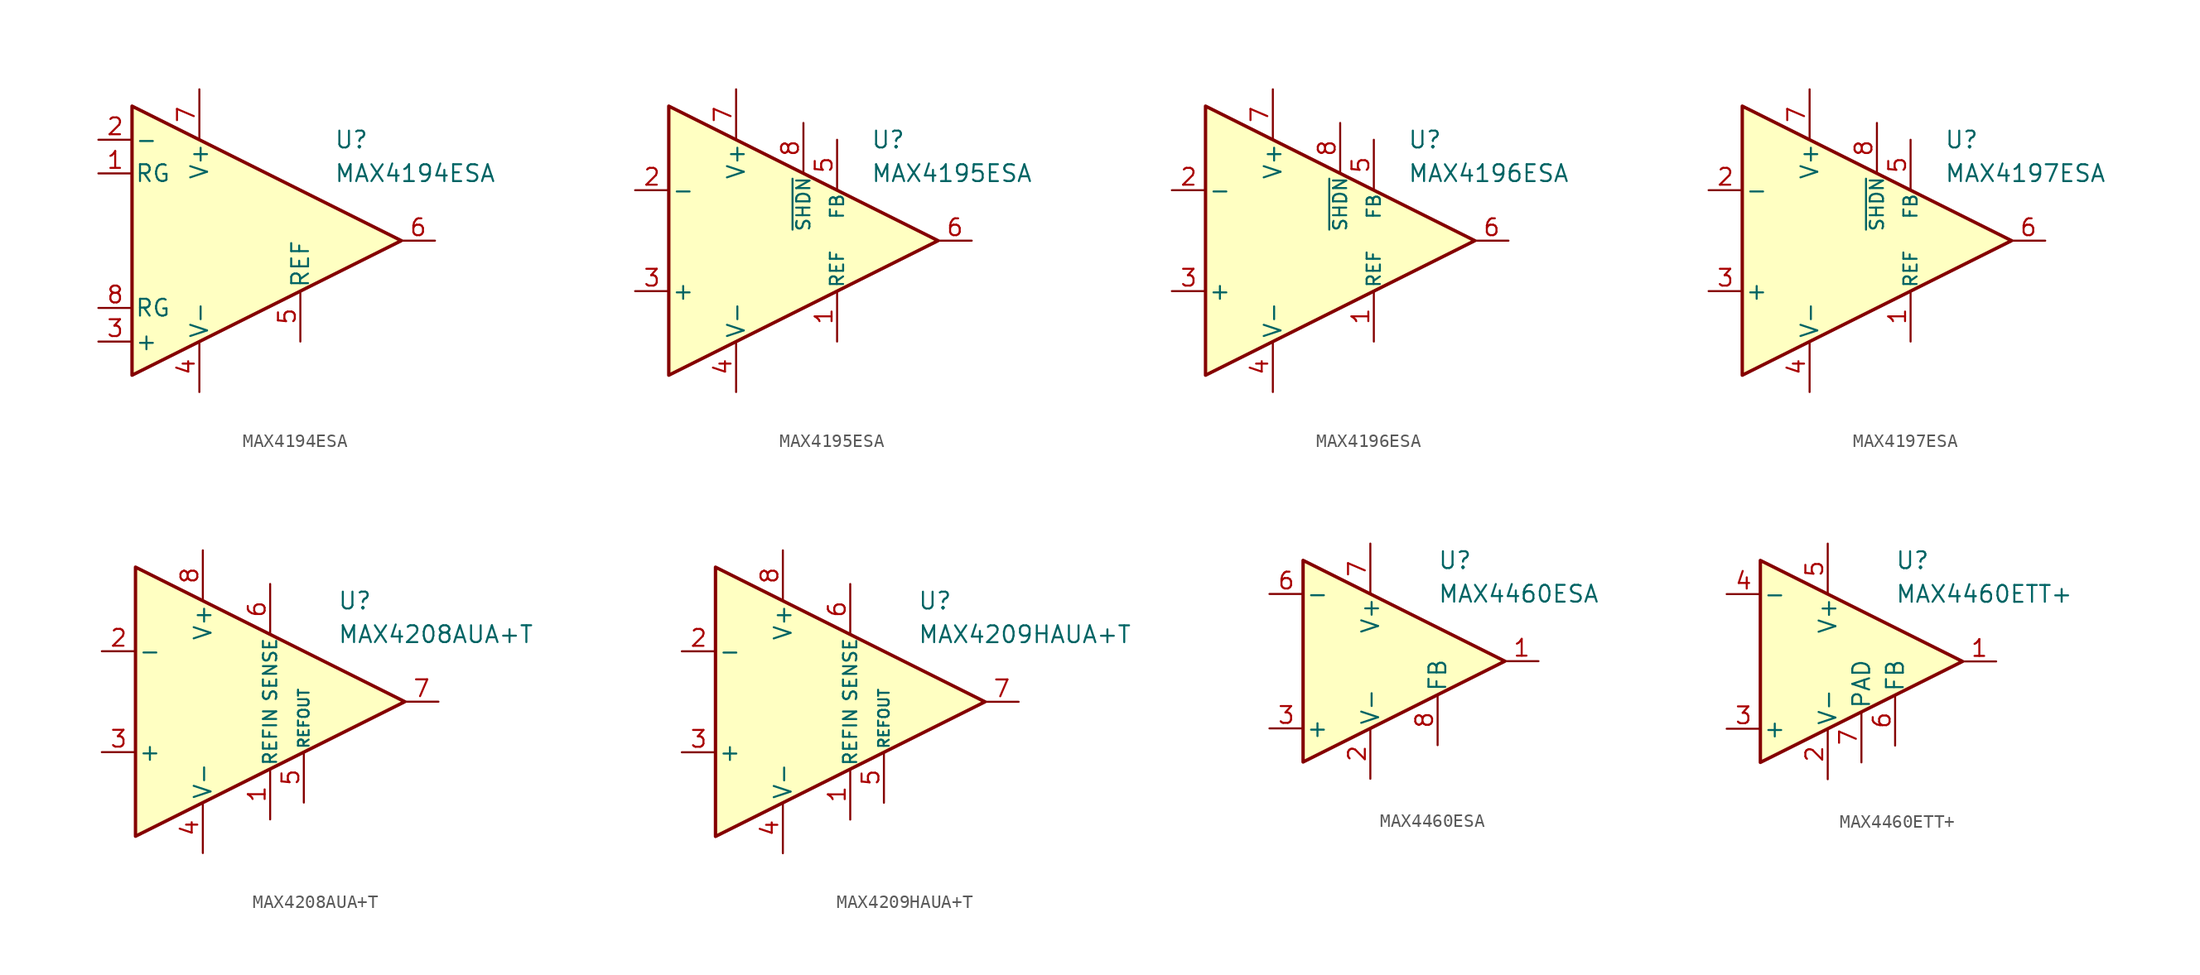
<source format=kicad_sym>
(kicad_symbol_lib
  (version 20231120)
  (generator "kicad_symbol_editor")
  (generator_version "8.0")
  (symbol "MAX4194ESA"
    (pin_names
      (offset 0.2))
    (property "Reference" "U"
      (at 6.35 7.62 0)
      (effects (font (size 1.27 1.27)) (justify left)))
    (property "Value" "MAX4194ESA"
      (at 6.35 5.08 0)
      (effects (font (size 1.27 1.27)) (justify left)))
    (symbol "MAX4194ESA_0_1"
      (polyline (pts (xy -8.89 10.16) (xy -8.89 -10.16) (xy 11.43 0) (xy -8.89 10.16)) (stroke (width 0.254) (type default)) (fill (type background))))
    (symbol "MAX4194ESA_1_1"
      (pin passive line (at -11.43 5.08 0) (length 2.54) (name "RG" (effects (font (size 1.27 1.27)))) (number "1" (effects (font (size 1.27 1.27)))))
      (pin input line (at -11.43 7.62 0) (length 2.54) (name "-" (effects (font (size 1.27 1.27)))) (number "2" (effects (font (size 1.27 1.27)))))
      (pin input line (at -11.43 -7.62 0) (length 2.54) (name "+" (effects (font (size 1.27 1.27)))) (number "3" (effects (font (size 1.27 1.27)))))
      (pin power_in line (at -3.81 -11.43 90) (length 3.81) (name "V-" (effects (font (size 1.27 1.27)))) (number "4" (effects (font (size 1.27 1.27)))))
      (pin input line (at 3.81 -7.62 90) (length 3.81) (name "REF" (effects (font (size 1.27 1.27)))) (number "5" (effects (font (size 1.27 1.27)))))
      (pin output line (at 13.97 0 180) (length 2.54) (name "~" (effects (font (size 1.27 1.27)))) (number "6" (effects (font (size 1.27 1.27)))))
      (pin power_in line (at -3.81 11.43 270) (length 3.81) (name "V+" (effects (font (size 1.27 1.27)))) (number "7" (effects (font (size 1.27 1.27)))))
      (pin passive line (at -11.43 -5.08 0) (length 2.54) (name "RG" (effects (font (size 1.27 1.27)))) (number "8" (effects (font (size 1.27 1.27)))))))
  (symbol "MAX4195ESA"
    (pin_names
      (offset 0.2))
    (property "Reference" "U"
      (at 6.35 7.62 0)
      (effects (font (size 1.27 1.27)) (justify left)))
    (property "Value" "MAX4195ESA"
      (at 6.35 5.08 0)
      (effects (font (size 1.27 1.27)) (justify left)))
    (symbol "MAX4195ESA_0_1"
      (polyline (pts (xy -8.89 10.16) (xy -8.89 -10.16) (xy 11.43 0) (xy -8.89 10.16)) (stroke (width 0.254) (type default)) (fill (type background))))
    (symbol "MAX4195ESA_1_1"
      (pin input line (at 3.81 -7.62 90) (length 3.81) (name "REF" (effects (font (size 1 1)))) (number "1" (effects (font (size 1.27 1.27)))))
      (pin input line (at -11.43 3.81 0) (length 2.54) (name "-" (effects (font (size 1.27 1.27)))) (number "2" (effects (font (size 1.27 1.27)))))
      (pin input line (at -11.43 -3.81 0) (length 2.54) (name "+" (effects (font (size 1.27 1.27)))) (number "3" (effects (font (size 1.27 1.27)))))
      (pin power_in line (at -3.81 -11.43 90) (length 3.81) (name "V-" (effects (font (size 1.27 1.27)))) (number "4" (effects (font (size 1.27 1.27)))))
      (pin input line (at 3.81 7.62 270) (length 3.81) (name "FB" (effects (font (size 1 1)))) (number "5" (effects (font (size 1.27 1.27)))))
      (pin output line (at 13.97 0 180) (length 2.54) (name "~" (effects (font (size 1.27 1.27)))) (number "6" (effects (font (size 1.27 1.27)))))
      (pin power_in line (at -3.81 11.43 270) (length 3.81) (name "V+" (effects (font (size 1.27 1.27)))) (number "7" (effects (font (size 1.27 1.27)))))
      (pin input line (at 1.27 8.89 270) (length 3.81) (name "~{SHDN}" (effects (font (size 1 1)))) (number "8" (effects (font (size 1.27 1.27)))))))
  (symbol "MAX4196ESA"
    (pin_names
      (offset 0.2))
    (property "Reference" "U"
      (at 6.35 7.62 0)
      (effects (font (size 1.27 1.27)) (justify left)))
    (property "Value" "MAX4196ESA"
      (at 6.35 5.08 0)
      (effects (font (size 1.27 1.27)) (justify left)))
    (symbol "MAX4196ESA_0_1"
      (polyline (pts (xy -8.89 10.16) (xy -8.89 -10.16) (xy 11.43 0) (xy -8.89 10.16)) (stroke (width 0.254) (type default)) (fill (type background))))
    (symbol "MAX4196ESA_1_1"
      (pin input line (at 3.81 -7.62 90) (length 3.81) (name "REF" (effects (font (size 1 1)))) (number "1" (effects (font (size 1.27 1.27)))))
      (pin input line (at -11.43 3.81 0) (length 2.54) (name "-" (effects (font (size 1.27 1.27)))) (number "2" (effects (font (size 1.27 1.27)))))
      (pin input line (at -11.43 -3.81 0) (length 2.54) (name "+" (effects (font (size 1.27 1.27)))) (number "3" (effects (font (size 1.27 1.27)))))
      (pin power_in line (at -3.81 -11.43 90) (length 3.81) (name "V-" (effects (font (size 1.27 1.27)))) (number "4" (effects (font (size 1.27 1.27)))))
      (pin input line (at 3.81 7.62 270) (length 3.81) (name "FB" (effects (font (size 1 1)))) (number "5" (effects (font (size 1.27 1.27)))))
      (pin output line (at 13.97 0 180) (length 2.54) (name "~" (effects (font (size 1.27 1.27)))) (number "6" (effects (font (size 1.27 1.27)))))
      (pin power_in line (at -3.81 11.43 270) (length 3.81) (name "V+" (effects (font (size 1.27 1.27)))) (number "7" (effects (font (size 1.27 1.27)))))
      (pin input line (at 1.27 8.89 270) (length 3.81) (name "~{SHDN}" (effects (font (size 1 1)))) (number "8" (effects (font (size 1.27 1.27)))))))
  (symbol "MAX4197ESA"
    (pin_names
      (offset 0.2))
    (property "Reference" "U"
      (at 6.35 7.62 0)
      (effects (font (size 1.27 1.27)) (justify left)))
    (property "Value" "MAX4197ESA"
      (at 6.35 5.08 0)
      (effects (font (size 1.27 1.27)) (justify left)))
    (symbol "MAX4197ESA_0_1"
      (polyline (pts (xy -8.89 10.16) (xy -8.89 -10.16) (xy 11.43 0) (xy -8.89 10.16)) (stroke (width 0.254) (type default)) (fill (type background))))
    (symbol "MAX4197ESA_1_1"
      (pin input line (at 3.81 -7.62 90) (length 3.81) (name "REF" (effects (font (size 1 1)))) (number "1" (effects (font (size 1.27 1.27)))))
      (pin input line (at -11.43 3.81 0) (length 2.54) (name "-" (effects (font (size 1.27 1.27)))) (number "2" (effects (font (size 1.27 1.27)))))
      (pin input line (at -11.43 -3.81 0) (length 2.54) (name "+" (effects (font (size 1.27 1.27)))) (number "3" (effects (font (size 1.27 1.27)))))
      (pin power_in line (at -3.81 -11.43 90) (length 3.81) (name "V-" (effects (font (size 1.27 1.27)))) (number "4" (effects (font (size 1.27 1.27)))))
      (pin input line (at 3.81 7.62 270) (length 3.81) (name "FB" (effects (font (size 1 1)))) (number "5" (effects (font (size 1.27 1.27)))))
      (pin output line (at 13.97 0 180) (length 2.54) (name "~" (effects (font (size 1.27 1.27)))) (number "6" (effects (font (size 1.27 1.27)))))
      (pin power_in line (at -3.81 11.43 270) (length 3.81) (name "V+" (effects (font (size 1.27 1.27)))) (number "7" (effects (font (size 1.27 1.27)))))
      (pin input line (at 1.27 8.89 270) (length 3.81) (name "~{SHDN}" (effects (font (size 1 1)))) (number "8" (effects (font (size 1.27 1.27)))))))
  (symbol "MAX4208AUA+T"
    (pin_names
      (offset 0.2))
    (property "Reference" "U"
      (at 6.35 7.62 0)
      (effects (font (size 1.27 1.27)) (justify left)))
    (property "Value" "MAX4208AUA+T"
      (at 6.35 5.08 0)
      (effects (font (size 1.27 1.27)) (justify left)))
    (symbol "MAX4208AUA+T_0_1"
      (polyline (pts (xy -8.89 10.16) (xy -8.89 -10.16) (xy 11.43 0) (xy -8.89 10.16)) (stroke (width 0.254) (type default)) (fill (type background))))
    (symbol "MAX4208AUA+T_1_1"
      (pin input line (at 1.27 -8.89 90) (length 3.81) (name "REFIN" (effects (font (size 1 1)))) (number "1" (effects (font (size 1.27 1.27)))))
      (pin input line (at -11.43 3.81 0) (length 2.54) (name "-" (effects (font (size 1.27 1.27)))) (number "2" (effects (font (size 1.27 1.27)))))
      (pin input line (at -11.43 -3.81 0) (length 2.54) (name "+" (effects (font (size 1.27 1.27)))) (number "3" (effects (font (size 1.27 1.27)))))
      (pin power_in line (at -3.81 -11.43 90) (length 3.81) (name "V-" (effects (font (size 1.27 1.27)))) (number "4" (effects (font (size 1.27 1.27)))))
      (pin output line (at 3.81 -7.62 90) (length 3.81) (name "REFOUT" (effects (font (size 0.8 0.8)))) (number "5" (effects (font (size 1.27 1.27)))))
      (pin input line (at 1.27 8.89 270) (length 3.81) (name "SENSE" (effects (font (size 1 1)))) (number "6" (effects (font (size 1.27 1.27)))))
      (pin output line (at 13.97 0 180) (length 2.54) (name "~" (effects (font (size 1.27 1.27)))) (number "7" (effects (font (size 1.27 1.27)))))
      (pin power_in line (at -3.81 11.43 270) (length 3.81) (name "V+" (effects (font (size 1.27 1.27)))) (number "8" (effects (font (size 1.27 1.27)))))))
  (symbol "MAX4209HAUA+T"
    (pin_names
      (offset 0.2))
    (property "Reference" "U"
      (at 6.35 7.62 0)
      (effects (font (size 1.27 1.27)) (justify left)))
    (property "Value" "MAX4209HAUA+T"
      (at 6.35 5.08 0)
      (effects (font (size 1.27 1.27)) (justify left)))
    (symbol "MAX4209HAUA+T_0_1"
      (polyline (pts (xy -8.89 10.16) (xy -8.89 -10.16) (xy 11.43 0) (xy -8.89 10.16)) (stroke (width 0.254) (type default)) (fill (type background))))
    (symbol "MAX4209HAUA+T_1_1"
      (pin input line (at 1.27 -8.89 90) (length 3.81) (name "REFIN" (effects (font (size 1 1)))) (number "1" (effects (font (size 1.27 1.27)))))
      (pin input line (at -11.43 3.81 0) (length 2.54) (name "-" (effects (font (size 1.27 1.27)))) (number "2" (effects (font (size 1.27 1.27)))))
      (pin input line (at -11.43 -3.81 0) (length 2.54) (name "+" (effects (font (size 1.27 1.27)))) (number "3" (effects (font (size 1.27 1.27)))))
      (pin power_in line (at -3.81 -11.43 90) (length 3.81) (name "V-" (effects (font (size 1.27 1.27)))) (number "4" (effects (font (size 1.27 1.27)))))
      (pin output line (at 3.81 -7.62 90) (length 3.81) (name "REFOUT" (effects (font (size 0.8 0.8)))) (number "5" (effects (font (size 1.27 1.27)))))
      (pin input line (at 1.27 8.89 270) (length 3.81) (name "SENSE" (effects (font (size 1 1)))) (number "6" (effects (font (size 1.27 1.27)))))
      (pin output line (at 13.97 0 180) (length 2.54) (name "~" (effects (font (size 1.27 1.27)))) (number "7" (effects (font (size 1.27 1.27)))))
      (pin power_in line (at -3.81 11.43 270) (length 3.81) (name "V+" (effects (font (size 1.27 1.27)))) (number "8" (effects (font (size 1.27 1.27)))))))
  (symbol "MAX4460ESA"
    (pin_names
      (offset 0.2))
    (property "Reference" "U"
      (at 6.35 7.62 0)
      (effects (font (size 1.27 1.27)) (justify left)))
    (property "Value" "MAX4460ESA"
      (at 6.35 5.08 0)
      (effects (font (size 1.27 1.27)) (justify left)))
    (symbol "MAX4460ESA_0_1"
      (polyline (pts (xy -3.81 7.62) (xy -3.81 -7.62) (xy 11.43 0) (xy -3.81 7.62)) (stroke (width 0.254) (type default)) (fill (type background))))
    (symbol "MAX4460ESA_1_1"
      (pin output line (at 13.97 0 180) (length 2.54) (name "~" (effects (font (size 1.27 1.27)))) (number "1" (effects (font (size 1.27 1.27)))))
      (pin power_in line (at 1.27 -8.89 90) (length 3.81) (name "V-" (effects (font (size 1.27 1.27)))) (number "2" (effects (font (size 1.27 1.27)))))
      (pin input line (at -6.35 -5.08 0) (length 2.54) (name "+" (effects (font (size 1.27 1.27)))) (number "3" (effects (font (size 1.27 1.27)))))
      (pin free line (at -1.27 1.27 0) (length 2.54) hide (name "NC" (effects (font (size 1.27 1.27)))) (number "4" (effects (font (size 1.27 1.27)))))
      (pin free line (at -1.27 -1.27 0) (length 2.54) hide (name "NC" (effects (font (size 1.27 1.27)))) (number "5" (effects (font (size 1.27 1.27)))))
      (pin input line (at -6.35 5.08 0) (length 2.54) (name "-" (effects (font (size 1.27 1.27)))) (number "6" (effects (font (size 1.27 1.27)))))
      (pin power_in line (at 1.27 8.89 270) (length 3.81) (name "V+" (effects (font (size 1.27 1.27)))) (number "7" (effects (font (size 1.27 1.27)))))
      (pin input line (at 6.35 -6.35 90) (length 3.81) (name "FB" (effects (font (size 1.27 1.27)))) (number "8" (effects (font (size 1.27 1.27)))))))
  (symbol "MAX4460ETT+"
    (pin_names
      (offset 0.2))
    (property "Reference" "U"
      (at 6.35 7.62 0)
      (effects (font (size 1.27 1.27)) (justify left)))
    (property "Value" "MAX4460ETT+"
      (at 6.35 5.08 0)
      (effects (font (size 1.27 1.27)) (justify left)))
    (symbol "MAX4460ETT+_0_1"
      (polyline (pts (xy -3.81 7.62) (xy -3.81 -7.62) (xy 11.43 0) (xy -3.81 7.62)) (stroke (width 0.254) (type default)) (fill (type background))))
    (symbol "MAX4460ETT+_1_1"
      (pin output line (at 13.97 0 180) (length 2.54) (name "~" (effects (font (size 1.27 1.27)))) (number "1" (effects (font (size 1.27 1.27)))))
      (pin power_in line (at 1.27 -8.89 90) (length 3.81) (name "V-" (effects (font (size 1.27 1.27)))) (number "2" (effects (font (size 1.27 1.27)))))
      (pin input line (at -6.35 -5.08 0) (length 2.54) (name "+" (effects (font (size 1.27 1.27)))) (number "3" (effects (font (size 1.27 1.27)))))
      (pin input line (at -6.35 5.08 0) (length 2.54) (name "-" (effects (font (size 1.27 1.27)))) (number "4" (effects (font (size 1.27 1.27)))))
      (pin power_in line (at 1.27 8.89 270) (length 3.81) (name "V+" (effects (font (size 1.27 1.27)))) (number "5" (effects (font (size 1.27 1.27)))))
      (pin input line (at 6.35 -6.35 90) (length 3.81) (name "FB" (effects (font (size 1.27 1.27)))) (number "6" (effects (font (size 1.27 1.27)))))
      (pin power_in line (at 3.81 -7.62 90) (length 3.81) (name "PAD" (effects (font (size 1.27 1.27)))) (number "7" (effects (font (size 1.27 1.27))))))))
</source>
